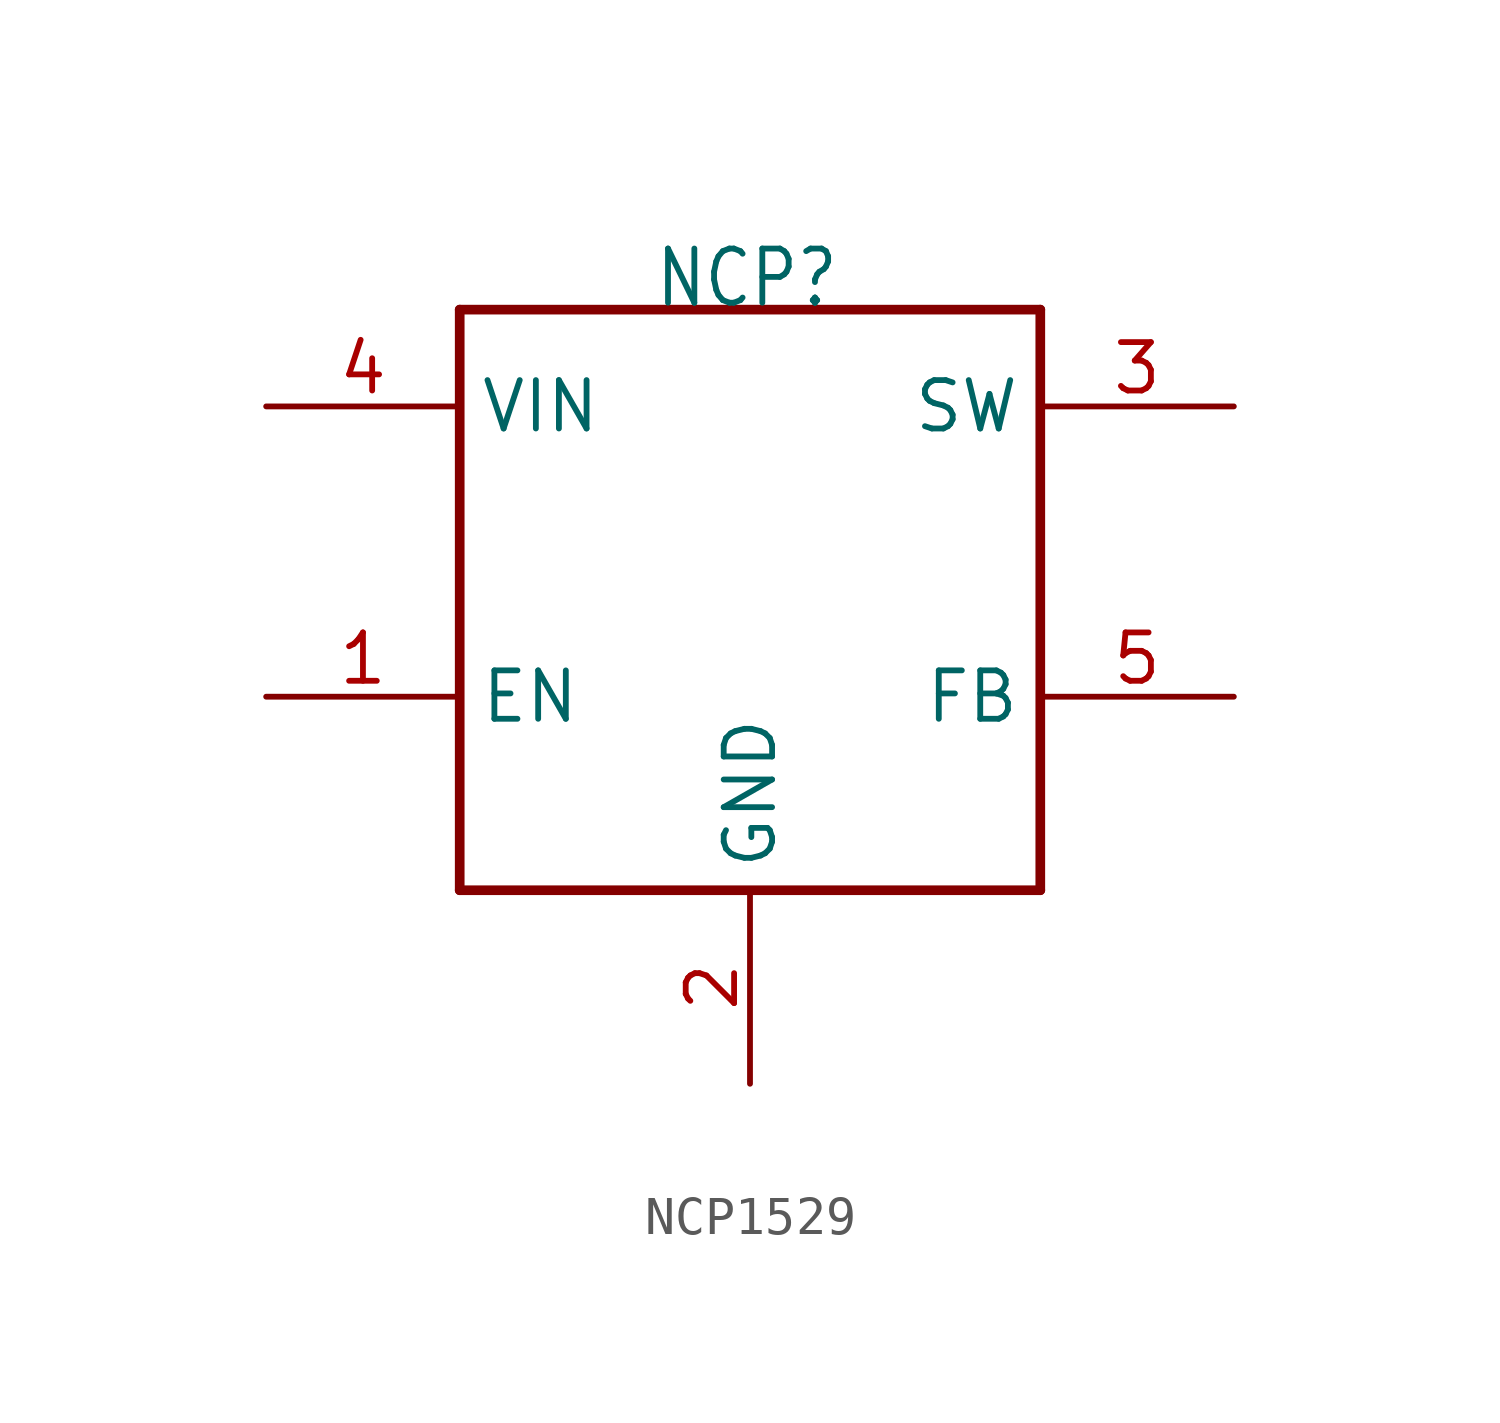
<source format=kicad_sym>
(kicad_symbol_lib
  (version 20220331)
  (generator kicad_symbol_editor)
  (symbol "NCP1529"
    (property "Reference" "NCP"
      (at -2.54 7.62 0)
      (effects (font (size 1.422 1.209)) (justify left bottom)))
    (property "ki_locked" ""
      (at 0 0 0)
      (effects (font (size 1.27 1.27))))
    (symbol "NCP1529_1_0"
      (polyline (pts (xy -7.62 -7.62) (xy 7.62 -7.62)) (stroke (width 0.254) (type solid)) (fill (type none)))
      (polyline (pts (xy -7.62 7.62) (xy -7.62 -7.62)) (stroke (width 0.254) (type solid)) (fill (type none)))
      (polyline (pts (xy 7.62 -7.62) (xy 7.62 7.62)) (stroke (width 0.254) (type solid)) (fill (type none)))
      (polyline (pts (xy 7.62 7.62) (xy -7.62 7.62)) (stroke (width 0.254) (type solid)) (fill (type none)))
      (pin bidirectional line (at -12.7 -2.54 0) (length 5.08) (name "EN" (effects (font (size 1.27 1.27)))) (number "1" (effects (font (size 1.27 1.27)))))
      (pin bidirectional line (at 0 -12.7 90) (length 5.08) (name "GND" (effects (font (size 1.27 1.27)))) (number "2" (effects (font (size 1.27 1.27)))))
      (pin bidirectional line (at 12.7 5.08 180) (length 5.08) (name "SW" (effects (font (size 1.27 1.27)))) (number "3" (effects (font (size 1.27 1.27)))))
      (pin bidirectional line (at -12.7 5.08 0) (length 5.08) (name "VIN" (effects (font (size 1.27 1.27)))) (number "4" (effects (font (size 1.27 1.27)))))
      (pin bidirectional line (at 12.7 -2.54 180) (length 5.08) (name "FB" (effects (font (size 1.27 1.27)))) (number "5" (effects (font (size 1.27 1.27))))))))
</source>
